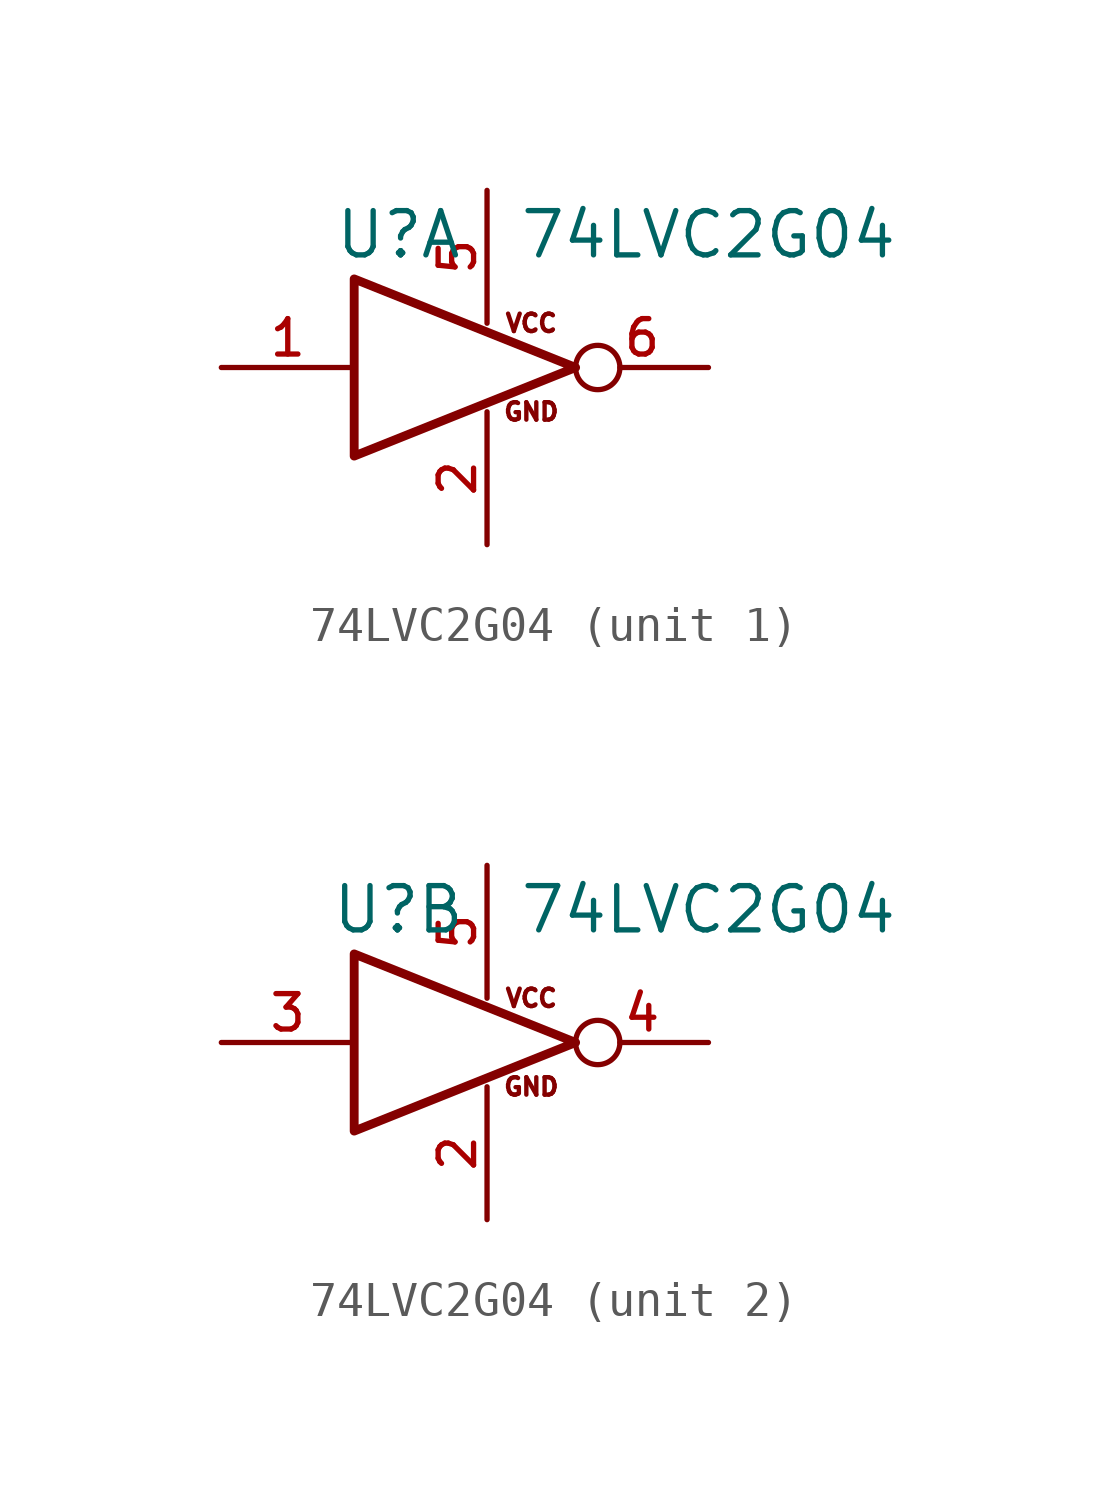
<source format=kicad_sym>
(kicad_symbol_lib
  (version 20211014)
  (generator kicad_symbol_editor)
  (symbol "74LVC2G04"
    (pin_names
      (offset 1.016))
    (property "Reference" "U"
      (at -2.54 3.81 0)
      (effects (font (size 1.27 1.27))))
    (property "Value" "74LVC2G04"
      (at 6.35 3.81 0)
      (effects (font (size 1.27 1.27))))
    (symbol "74LVC2G04_0_0"
      (text "GND" (at 1.27 -1.27 0) (effects (font (size 0.5 0.5))))
      (text "VCC" (at 1.27 1.27 0) (effects (font (size 0.5 0.5)))))
    (symbol "74LVC2G04_0_1"
      (polyline (pts (xy -3.81 2.54) (xy -3.81 -2.54) (xy 2.54 0) (xy -3.81 2.54)) (stroke (width 0.254) (type default) (color 0 0 0 0)) (fill (type none)))
      (pin power_in line (at 0 -5.08 90) (length 3.81) (name "~" (effects (font (size 1.016 1.016)))) (number "2" (effects (font (size 1.016 1.016)))))
      (pin power_in line (at 0 5.08 270) (length 3.81) (name "~" (effects (font (size 1.016 1.016)))) (number "5" (effects (font (size 1.016 1.016))))))
    (symbol "74LVC2G04_1_1"
      (pin input line (at -7.62 0 0) (length 3.81) (name "~" (effects (font (size 1.016 1.016)))) (number "1" (effects (font (size 1.016 1.016)))))
      (pin output inverted (at 6.35 0 180) (length 3.81) (name "~" (effects (font (size 1.016 1.016)))) (number "6" (effects (font (size 1.016 1.016))))))
    (symbol "74LVC2G04_2_1"
      (pin input line (at -7.62 0 0) (length 3.81) (name "~" (effects (font (size 1.016 1.016)))) (number "3" (effects (font (size 1.016 1.016)))))
      (pin output inverted (at 6.35 0 180) (length 3.81) (name "~" (effects (font (size 1.016 1.016)))) (number "4" (effects (font (size 1.016 1.016))))))))
</source>
